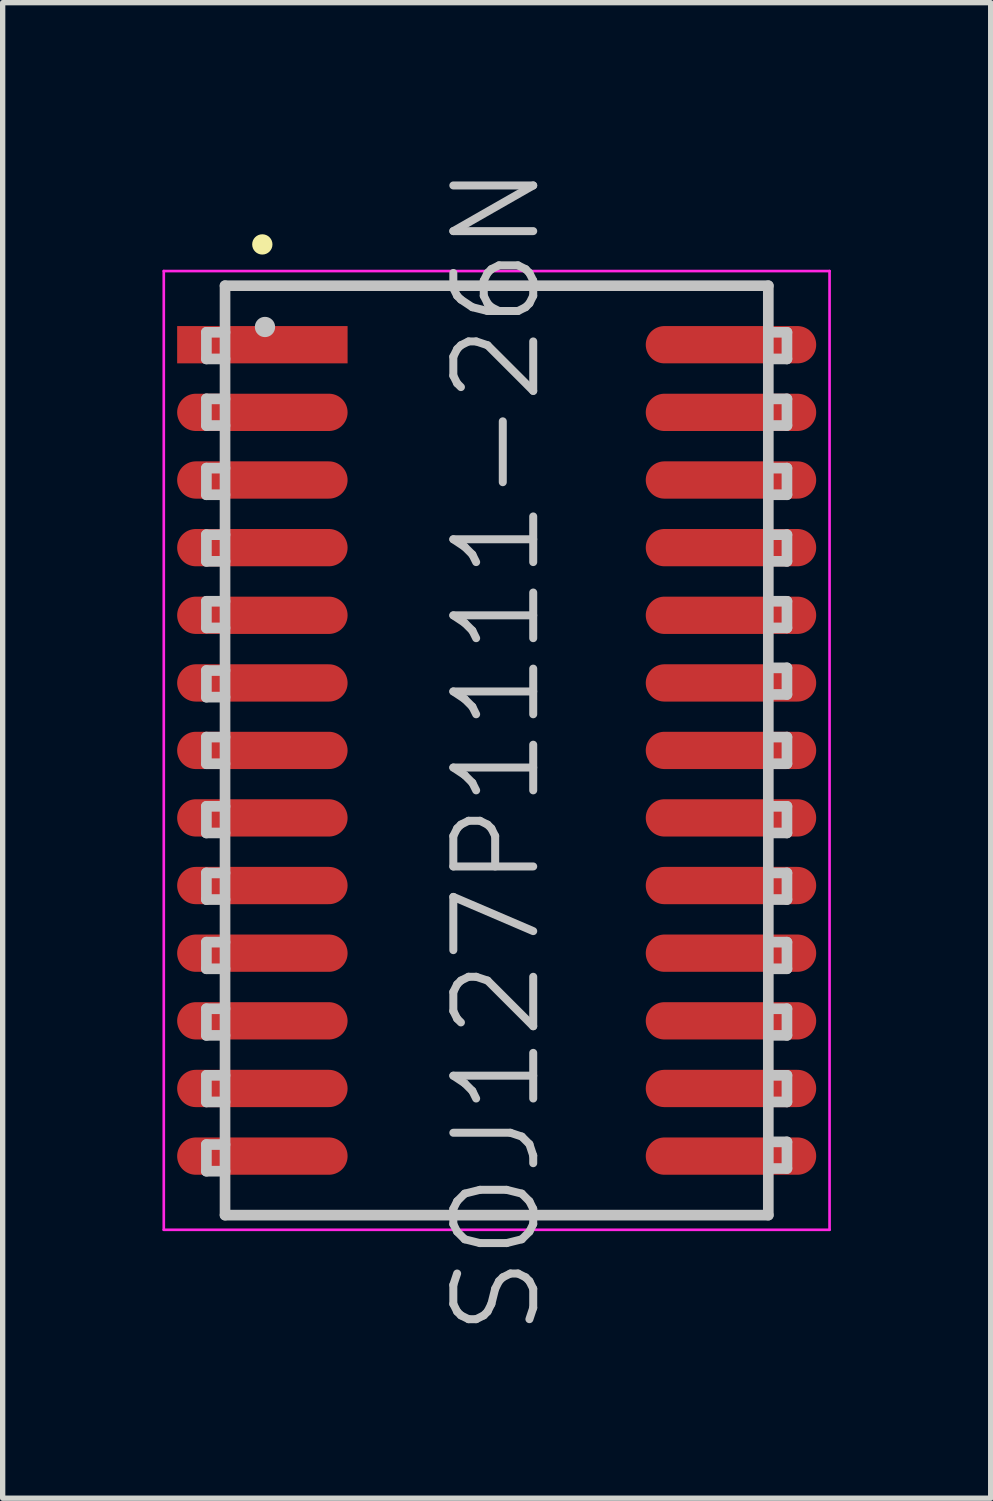
<source format=kicad_pcb>
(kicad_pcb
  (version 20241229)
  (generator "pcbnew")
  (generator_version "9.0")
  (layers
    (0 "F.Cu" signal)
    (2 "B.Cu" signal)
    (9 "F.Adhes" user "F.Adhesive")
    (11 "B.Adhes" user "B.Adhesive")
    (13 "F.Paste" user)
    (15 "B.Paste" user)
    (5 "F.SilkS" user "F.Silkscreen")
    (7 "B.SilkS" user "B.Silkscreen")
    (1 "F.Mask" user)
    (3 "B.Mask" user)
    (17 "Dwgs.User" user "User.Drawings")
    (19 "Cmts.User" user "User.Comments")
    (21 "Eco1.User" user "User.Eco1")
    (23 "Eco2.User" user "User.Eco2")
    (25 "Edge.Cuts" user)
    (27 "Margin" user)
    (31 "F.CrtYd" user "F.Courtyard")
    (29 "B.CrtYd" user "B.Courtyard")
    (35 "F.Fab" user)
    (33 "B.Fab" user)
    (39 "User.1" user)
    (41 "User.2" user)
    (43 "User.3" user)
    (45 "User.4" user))
  (footprint "SOJ127P1111-26N"
    (layer "F.Cu")
    (at 6.275 11.039)
    (property "Reference" "SOJ127P1111-26N" (at 0 0 90) (layer "Dwgs.User") (effects (font (size 1.5 1.5) (thickness 0.15))))
    (attr smd)
    (fp_line (start -4.4 -9.5) (end -4.4 -9.5) (stroke (width 0.381) (type solid)) (layer "F.SilkS"))
    (fp_line (start -5.45 -7.85) (end -5.45 -7.35) (stroke (width 0.2) (type solid)) (layer "Dwgs.User"))
    (fp_line (start -5.45 -7.35) (end -5.1 -7.35) (stroke (width 0.2) (type solid)) (layer "Dwgs.User"))
    (fp_line (start -5.45 -6.6) (end -5.45 -6.1) (stroke (width 0.2) (type solid)) (layer "Dwgs.User"))
    (fp_line (start -5.45 -6.1) (end -5.1 -6.1) (stroke (width 0.2) (type solid)) (layer "Dwgs.User"))
    (fp_line (start -5.45 -5.3) (end -5.45 -4.8) (stroke (width 0.2) (type solid)) (layer "Dwgs.User"))
    (fp_line (start -5.45 -4.8) (end -5.1 -4.8) (stroke (width 0.2) (type solid)) (layer "Dwgs.User"))
    (fp_line (start -5.45 -4.05) (end -5.45 -3.55) (stroke (width 0.2) (type solid)) (layer "Dwgs.User"))
    (fp_line (start -5.45 -3.55) (end -5.1 -3.55) (stroke (width 0.2) (type solid)) (layer "Dwgs.User"))
    (fp_line (start -5.45 -2.8) (end -5.45 -2.3) (stroke (width 0.2) (type solid)) (layer "Dwgs.User"))
    (fp_line (start -5.45 -2.3) (end -5.1 -2.3) (stroke (width 0.2) (type solid)) (layer "Dwgs.User"))
    (fp_line (start -5.45 -1.5) (end -5.45 -1) (stroke (width 0.2) (type solid)) (layer "Dwgs.User"))
    (fp_line (start -5.45 -1) (end -5.1 -1) (stroke (width 0.2) (type solid)) (layer "Dwgs.User"))
    (fp_line (start -5.45 -0.25) (end -5.45 0.25) (stroke (width 0.2) (type solid)) (layer "Dwgs.User"))
    (fp_line (start -5.45 0.25) (end -5.1 0.25) (stroke (width 0.2) (type solid)) (layer "Dwgs.User"))
    (fp_line (start -5.45 1.05) (end -5.45 1.55) (stroke (width 0.2) (type solid)) (layer "Dwgs.User"))
    (fp_line (start -5.45 1.55) (end -5.1 1.55) (stroke (width 0.2) (type solid)) (layer "Dwgs.User"))
    (fp_line (start -5.45 2.3) (end -5.45 2.8) (stroke (width 0.2) (type solid)) (layer "Dwgs.User"))
    (fp_line (start -5.45 2.8) (end -5.1 2.8) (stroke (width 0.2) (type solid)) (layer "Dwgs.User"))
    (fp_line (start -5.45 3.6) (end -5.45 4.1) (stroke (width 0.2) (type solid)) (layer "Dwgs.User"))
    (fp_line (start -5.45 4.1) (end -5.1 4.1) (stroke (width 0.2) (type solid)) (layer "Dwgs.User"))
    (fp_line (start -5.45 4.85) (end -5.45 5.35) (stroke (width 0.2) (type solid)) (layer "Dwgs.User"))
    (fp_line (start -5.45 5.35) (end -5.1 5.35) (stroke (width 0.2) (type solid)) (layer "Dwgs.User"))
    (fp_line (start -5.45 6.1) (end -5.45 6.6) (stroke (width 0.2) (type solid)) (layer "Dwgs.User"))
    (fp_line (start -5.45 6.6) (end -5.1 6.6) (stroke (width 0.2) (type solid)) (layer "Dwgs.User"))
    (fp_line (start -5.45 7.4) (end -5.45 7.9) (stroke (width 0.2) (type solid)) (layer "Dwgs.User"))
    (fp_line (start -5.45 7.9) (end -5.1 7.9) (stroke (width 0.2) (type solid)) (layer "Dwgs.User"))
    (fp_line (start -5.1 -8.725) (end -5.1 8.725) (stroke (width 0.2) (type solid)) (layer "Dwgs.User"))
    (fp_line (start -5.1 -8.725) (end 5.1 -8.725) (stroke (width 0.2) (type solid)) (layer "Dwgs.User"))
    (fp_line (start -5.1 -7.85) (end -5.45 -7.85) (stroke (width 0.2) (type solid)) (layer "Dwgs.User"))
    (fp_line (start -5.1 -6.6) (end -5.45 -6.6) (stroke (width 0.2) (type solid)) (layer "Dwgs.User"))
    (fp_line (start -5.1 -5.3) (end -5.45 -5.3) (stroke (width 0.2) (type solid)) (layer "Dwgs.User"))
    (fp_line (start -5.1 -4.05) (end -5.45 -4.05) (stroke (width 0.2) (type solid)) (layer "Dwgs.User"))
    (fp_line (start -5.1 -2.8) (end -5.45 -2.8) (stroke (width 0.2) (type solid)) (layer "Dwgs.User"))
    (fp_line (start -5.1 -1.5) (end -5.45 -1.5) (stroke (width 0.2) (type solid)) (layer "Dwgs.User"))
    (fp_line (start -5.1 -0.25) (end -5.45 -0.25) (stroke (width 0.2) (type solid)) (layer "Dwgs.User"))
    (fp_line (start -5.1 1.05) (end -5.45 1.05) (stroke (width 0.2) (type solid)) (layer "Dwgs.User"))
    (fp_line (start -5.1 2.3) (end -5.45 2.3) (stroke (width 0.2) (type solid)) (layer "Dwgs.User"))
    (fp_line (start -5.1 3.6) (end -5.45 3.6) (stroke (width 0.2) (type solid)) (layer "Dwgs.User"))
    (fp_line (start -5.1 4.85) (end -5.45 4.85) (stroke (width 0.2) (type solid)) (layer "Dwgs.User"))
    (fp_line (start -5.1 6.1) (end -5.45 6.1) (stroke (width 0.2) (type solid)) (layer "Dwgs.User"))
    (fp_line (start -5.1 7.4) (end -5.45 7.4) (stroke (width 0.2) (type solid)) (layer "Dwgs.User"))
    (fp_line (start -5.1 8.725) (end 5.1 8.725) (stroke (width 0.2) (type solid)) (layer "Dwgs.User"))
    (fp_line (start -4.35 -7.95) (end -4.35 -7.95) (stroke (width 0.381) (type solid)) (layer "Dwgs.User"))
    (fp_line (start 5.1 -8.725) (end 5.1 8.725) (stroke (width 0.2) (type solid)) (layer "Dwgs.User"))
    (fp_line (start 5.1 -7.85) (end 5.45 -7.85) (stroke (width 0.2) (type solid)) (layer "Dwgs.User"))
    (fp_line (start 5.1 -6.6) (end 5.45 -6.6) (stroke (width 0.2) (type solid)) (layer "Dwgs.User"))
    (fp_line (start 5.1 -5.3) (end 5.45 -5.3) (stroke (width 0.2) (type solid)) (layer "Dwgs.User"))
    (fp_line (start 5.1 -4.05) (end 5.45 -4.05) (stroke (width 0.2) (type solid)) (layer "Dwgs.User"))
    (fp_line (start 5.1 -2.8) (end 5.45 -2.8) (stroke (width 0.2) (type solid)) (layer "Dwgs.User"))
    (fp_line (start 5.1 -1.55) (end 5.45 -1.55) (stroke (width 0.2) (type solid)) (layer "Dwgs.User"))
    (fp_line (start 5.1 -0.25) (end 5.45 -0.25) (stroke (width 0.2) (type solid)) (layer "Dwgs.User"))
    (fp_line (start 5.1 1.05) (end 5.45 1.05) (stroke (width 0.2) (type solid)) (layer "Dwgs.User"))
    (fp_line (start 5.1 2.3) (end 5.45 2.3) (stroke (width 0.2) (type solid)) (layer "Dwgs.User"))
    (fp_line (start 5.1 3.6) (end 5.45 3.6) (stroke (width 0.2) (type solid)) (layer "Dwgs.User"))
    (fp_line (start 5.1 4.85) (end 5.45 4.85) (stroke (width 0.2) (type solid)) (layer "Dwgs.User"))
    (fp_line (start 5.1 6.1) (end 5.45 6.1) (stroke (width 0.2) (type solid)) (layer "Dwgs.User"))
    (fp_line (start 5.1 7.35) (end 5.45 7.35) (stroke (width 0.2) (type solid)) (layer "Dwgs.User"))
    (fp_line (start 5.45 -7.85) (end 5.45 -7.35) (stroke (width 0.2) (type solid)) (layer "Dwgs.User"))
    (fp_line (start 5.45 -7.35) (end 5.1 -7.35) (stroke (width 0.2) (type solid)) (layer "Dwgs.User"))
    (fp_line (start 5.45 -6.6) (end 5.45 -6.1) (stroke (width 0.2) (type solid)) (layer "Dwgs.User"))
    (fp_line (start 5.45 -6.1) (end 5.1 -6.1) (stroke (width 0.2) (type solid)) (layer "Dwgs.User"))
    (fp_line (start 5.45 -5.3) (end 5.45 -4.8) (stroke (width 0.2) (type solid)) (layer "Dwgs.User"))
    (fp_line (start 5.45 -4.8) (end 5.1 -4.8) (stroke (width 0.2) (type solid)) (layer "Dwgs.User"))
    (fp_line (start 5.45 -4.05) (end 5.45 -3.55) (stroke (width 0.2) (type solid)) (layer "Dwgs.User"))
    (fp_line (start 5.45 -3.55) (end 5.1 -3.55) (stroke (width 0.2) (type solid)) (layer "Dwgs.User"))
    (fp_line (start 5.45 -2.8) (end 5.45 -2.3) (stroke (width 0.2) (type solid)) (layer "Dwgs.User"))
    (fp_line (start 5.45 -2.3) (end 5.1 -2.3) (stroke (width 0.2) (type solid)) (layer "Dwgs.User"))
    (fp_line (start 5.45 -1.55) (end 5.45 -1.05) (stroke (width 0.2) (type solid)) (layer "Dwgs.User"))
    (fp_line (start 5.45 -1.05) (end 5.1 -1.05) (stroke (width 0.2) (type solid)) (layer "Dwgs.User"))
    (fp_line (start 5.45 -0.25) (end 5.45 0.25) (stroke (width 0.2) (type solid)) (layer "Dwgs.User"))
    (fp_line (start 5.45 0.25) (end 5.1 0.25) (stroke (width 0.2) (type solid)) (layer "Dwgs.User"))
    (fp_line (start 5.45 1.05) (end 5.45 1.55) (stroke (width 0.2) (type solid)) (layer "Dwgs.User"))
    (fp_line (start 5.45 1.55) (end 5.1 1.55) (stroke (width 0.2) (type solid)) (layer "Dwgs.User"))
    (fp_line (start 5.45 2.3) (end 5.45 2.8) (stroke (width 0.2) (type solid)) (layer "Dwgs.User"))
    (fp_line (start 5.45 2.8) (end 5.1 2.8) (stroke (width 0.2) (type solid)) (layer "Dwgs.User"))
    (fp_line (start 5.45 3.6) (end 5.45 4.1) (stroke (width 0.2) (type solid)) (layer "Dwgs.User"))
    (fp_line (start 5.45 4.1) (end 5.1 4.1) (stroke (width 0.2) (type solid)) (layer "Dwgs.User"))
    (fp_line (start 5.45 4.85) (end 5.45 5.35) (stroke (width 0.2) (type solid)) (layer "Dwgs.User"))
    (fp_line (start 5.45 5.35) (end 5.1 5.35) (stroke (width 0.2) (type solid)) (layer "Dwgs.User"))
    (fp_line (start 5.45 6.1) (end 5.45 6.6) (stroke (width 0.2) (type solid)) (layer "Dwgs.User"))
    (fp_line (start 5.45 6.6) (end 5.1 6.6) (stroke (width 0.2) (type solid)) (layer "Dwgs.User"))
    (fp_line (start 5.45 7.35) (end 5.45 7.85) (stroke (width 0.2) (type solid)) (layer "Dwgs.User"))
    (fp_line (start 5.45 7.85) (end 5.1 7.85) (stroke (width 0.2) (type solid)) (layer "Dwgs.User"))
    (fp_line (start -6.25 -9) (end -6.25 9) (stroke (width 0.05) (type solid)) (layer "F.CrtYd"))
    (fp_line (start -6.25 -9) (end 6.25 -9) (stroke (width 0.05) (type solid)) (layer "F.CrtYd"))
    (fp_line (start -6.25 9) (end 6.25 9) (stroke (width 0.05) (type solid)) (layer "F.CrtYd"))
    (fp_line (start 6.25 -9) (end 6.25 9) (stroke (width 0.05) (type solid)) (layer "F.CrtYd"))
    (pad "1" smd rect (at -4.399 -7.617 90) (size 0.7 3.2) (layers "F.Cu" "F.Mask" "F.Paste"))
    (pad "2" smd oval (at -4.399 -6.347 90) (size 0.7 3.2) (layers "F.Cu" "F.Mask" "F.Paste"))
    (pad "3" smd oval (at -4.399 -5.077 90) (size 0.7 3.2) (layers "F.Cu" "F.Mask" "F.Paste"))
    (pad "4" smd oval (at -4.399 -3.807 90) (size 0.7 3.2) (layers "F.Cu" "F.Mask" "F.Paste"))
    (pad "5" smd oval (at -4.399 -2.537 90) (size 0.7 3.2) (layers "F.Cu" "F.Mask" "F.Paste"))
    (pad "6" smd oval (at -4.399 -1.267 90) (size 0.7 3.2) (layers "F.Cu" "F.Mask" "F.Paste"))
    (pad "7" smd oval (at -4.399 0 90) (size 0.7 3.2) (layers "F.Cu" "F.Mask" "F.Paste"))
    (pad "8" smd oval (at -4.399 1.267 90) (size 0.7 3.2) (layers "F.Cu" "F.Mask" "F.Paste"))
    (pad "9" smd oval (at -4.399 2.537 90) (size 0.7 3.2) (layers "F.Cu" "F.Mask" "F.Paste"))
    (pad "10" smd oval (at -4.399 3.807 90) (size 0.7 3.2) (layers "F.Cu" "F.Mask" "F.Paste"))
    (pad "11" smd oval (at -4.399 5.077 90) (size 0.7 3.2) (layers "F.Cu" "F.Mask" "F.Paste"))
    (pad "12" smd oval (at -4.399 6.347 90) (size 0.7 3.2) (layers "F.Cu" "F.Mask" "F.Paste"))
    (pad "13" smd oval (at -4.399 7.617 90) (size 0.7 3.2) (layers "F.Cu" "F.Mask" "F.Paste"))
    (pad "14" smd oval (at 4.399 7.617 270) (size 0.7 3.2) (layers "F.Cu" "F.Mask" "F.Paste"))
    (pad "15" smd oval (at 4.399 6.347 270) (size 0.7 3.2) (layers "F.Cu" "F.Mask" "F.Paste"))
    (pad "16" smd oval (at 4.399 5.077 270) (size 0.7 3.2) (layers "F.Cu" "F.Mask" "F.Paste"))
    (pad "17" smd oval (at 4.399 3.807 270) (size 0.7 3.2) (layers "F.Cu" "F.Mask" "F.Paste"))
    (pad "18" smd oval (at 4.399 2.537 270) (size 0.7 3.2) (layers "F.Cu" "F.Mask" "F.Paste"))
    (pad "19" smd oval (at 4.399 1.267 270) (size 0.7 3.2) (layers "F.Cu" "F.Mask" "F.Paste"))
    (pad "20" smd oval (at 4.399 0 270) (size 0.7 3.2) (layers "F.Cu" "F.Mask" "F.Paste"))
    (pad "21" smd oval (at 4.399 -1.267 270) (size 0.7 3.2) (layers "F.Cu" "F.Mask" "F.Paste"))
    (pad "22" smd oval (at 4.399 -2.537 270) (size 0.7 3.2) (layers "F.Cu" "F.Mask" "F.Paste"))
    (pad "23" smd oval (at 4.399 -3.807 270) (size 0.7 3.2) (layers "F.Cu" "F.Mask" "F.Paste"))
    (pad "24" smd oval (at 4.399 -5.077 270) (size 0.7 3.2) (layers "F.Cu" "F.Mask" "F.Paste"))
    (pad "25" smd oval (at 4.399 -6.347 270) (size 0.7 3.2) (layers "F.Cu" "F.Mask" "F.Paste"))
    (pad "26" smd oval (at 4.399 -7.617 270) (size 0.7 3.2) (layers "F.Cu" "F.Mask" "F.Paste")))
  (gr_rect
    (start -3 -3)
    (end 15.55 25.079)
    (stroke (width 0.1) (type default))
    (fill no)
    (layer "Edge.Cuts")))
</source>
